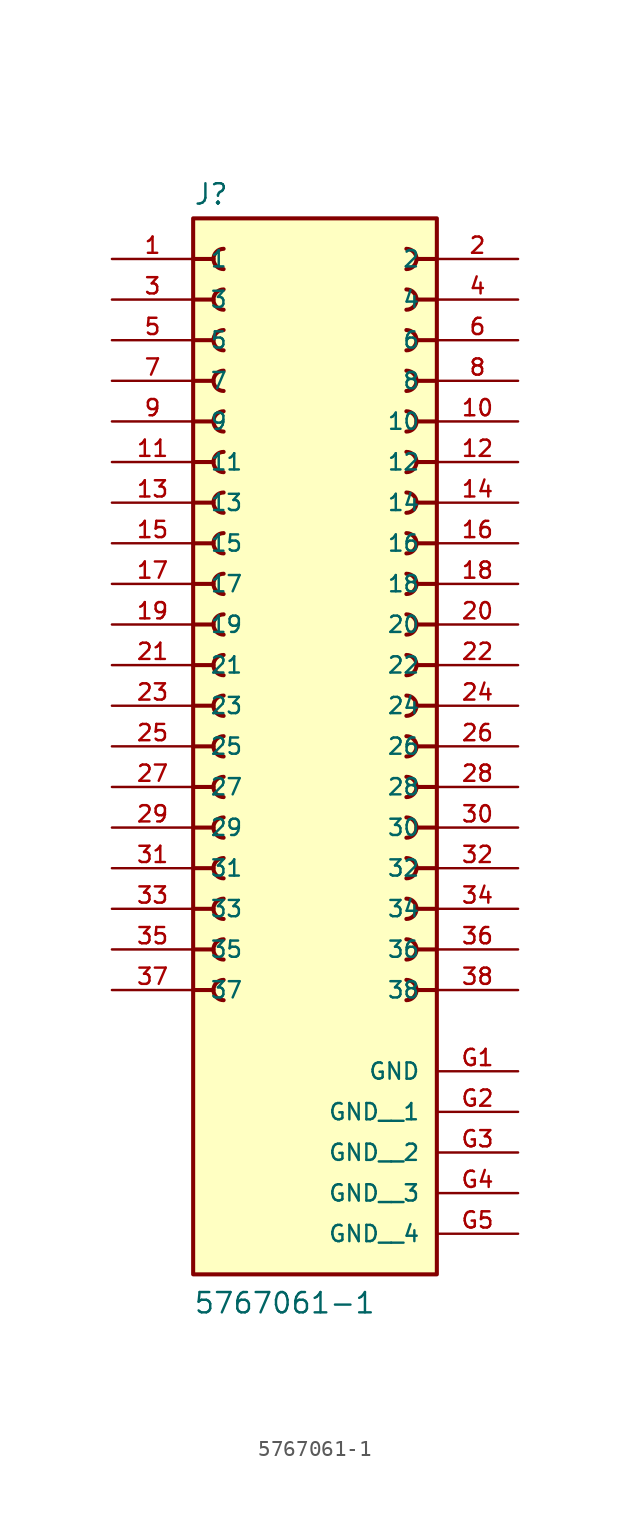
<source format=kicad_sym>
(kicad_symbol_lib
  (version 20241209)
  (generator "kicad_symbol_editor")
  (generator_version "9.0")
  (symbol "5767061-1"
    (pin_names
      (offset 1.016))
    (property "Reference" "J"
      (at -7.62 28.702 0)
      (effects (font (size 1.27 1.27)) (justify left bottom)))
    (property "Value" "5767061-1"
      (at -7.62 -40.64 0)
      (effects (font (size 1.27 1.27)) (justify left bottom)))
    (symbol "5767061-1_0_0"
      (polyline (pts (xy -7.62 25.4) (xy -6.35 25.4)) (stroke (width 0.254) (type default)) (fill (type none)))
      (polyline (pts (xy -7.62 22.86) (xy -6.35 22.86)) (stroke (width 0.254) (type default)) (fill (type none)))
      (polyline (pts (xy -7.62 20.32) (xy -6.35 20.32)) (stroke (width 0.254) (type default)) (fill (type none)))
      (polyline (pts (xy -7.62 17.78) (xy -6.35 17.78)) (stroke (width 0.254) (type default)) (fill (type none)))
      (polyline (pts (xy -7.62 15.24) (xy -6.35 15.24)) (stroke (width 0.254) (type default)) (fill (type none)))
      (polyline (pts (xy -7.62 12.7) (xy -6.35 12.7)) (stroke (width 0.254) (type default)) (fill (type none)))
      (polyline (pts (xy -7.62 10.16) (xy -6.35 10.16)) (stroke (width 0.254) (type default)) (fill (type none)))
      (polyline (pts (xy -7.62 7.62) (xy -6.35 7.62)) (stroke (width 0.254) (type default)) (fill (type none)))
      (polyline (pts (xy -7.62 5.08) (xy -6.35 5.08)) (stroke (width 0.254) (type default)) (fill (type none)))
      (polyline (pts (xy -7.62 2.54) (xy -6.35 2.54)) (stroke (width 0.254) (type default)) (fill (type none)))
      (polyline (pts (xy -7.62 0) (xy -6.35 0)) (stroke (width 0.254) (type default)) (fill (type none)))
      (polyline (pts (xy -7.62 -2.54) (xy -6.35 -2.54)) (stroke (width 0.254) (type default)) (fill (type none)))
      (polyline (pts (xy -7.62 -5.08) (xy -6.35 -5.08)) (stroke (width 0.254) (type default)) (fill (type none)))
      (polyline (pts (xy -7.62 -7.62) (xy -6.35 -7.62)) (stroke (width 0.254) (type default)) (fill (type none)))
      (polyline (pts (xy -7.62 -10.16) (xy -6.35 -10.16)) (stroke (width 0.254) (type default)) (fill (type none)))
      (polyline (pts (xy -7.62 -12.7) (xy -6.35 -12.7)) (stroke (width 0.254) (type default)) (fill (type none)))
      (polyline (pts (xy -7.62 -15.24) (xy -6.35 -15.24)) (stroke (width 0.254) (type default)) (fill (type none)))
      (polyline (pts (xy -7.62 -17.78) (xy -6.35 -17.78)) (stroke (width 0.254) (type default)) (fill (type none)))
      (polyline (pts (xy -7.62 -20.32) (xy -6.35 -20.32)) (stroke (width 0.254) (type default)) (fill (type none)))
      (rectangle (start -7.62 -38.1) (end 7.62 27.94) (stroke (width 0.254) (type default)) (fill (type background)))
      (arc (start -5.715 24.765) (mid -6.3472 25.4) (end -5.715 26.035) (stroke (width 0.254) (type default)) (fill (type none)))
      (arc (start -5.715 22.225) (mid -6.3472 22.86) (end -5.715 23.495) (stroke (width 0.254) (type default)) (fill (type none)))
      (arc (start -5.715 19.685) (mid -6.3472 20.32) (end -5.715 20.955) (stroke (width 0.254) (type default)) (fill (type none)))
      (arc (start -5.715 17.145) (mid -6.3472 17.78) (end -5.715 18.415) (stroke (width 0.254) (type default)) (fill (type none)))
      (arc (start -5.715 14.605) (mid -6.3472 15.24) (end -5.715 15.875) (stroke (width 0.254) (type default)) (fill (type none)))
      (arc (start -5.715 12.065) (mid -6.3472 12.7) (end -5.715 13.335) (stroke (width 0.254) (type default)) (fill (type none)))
      (arc (start -5.715 9.525) (mid -6.3472 10.16) (end -5.715 10.795) (stroke (width 0.254) (type default)) (fill (type none)))
      (arc (start -5.715 6.985) (mid -6.3472 7.62) (end -5.715 8.255) (stroke (width 0.254) (type default)) (fill (type none)))
      (arc (start -5.715 4.445) (mid -6.3472 5.08) (end -5.715 5.715) (stroke (width 0.254) (type default)) (fill (type none)))
      (arc (start -5.715 1.905) (mid -6.3472 2.54) (end -5.715 3.175) (stroke (width 0.254) (type default)) (fill (type none)))
      (arc (start -5.715 -0.635) (mid -6.3472 0) (end -5.715 0.635) (stroke (width 0.254) (type default)) (fill (type none)))
      (arc (start -5.715 -3.175) (mid -6.3472 -2.54) (end -5.715 -1.905) (stroke (width 0.254) (type default)) (fill (type none)))
      (arc (start -5.715 -5.715) (mid -6.3472 -5.08) (end -5.715 -4.445) (stroke (width 0.254) (type default)) (fill (type none)))
      (arc (start -5.715 -8.255) (mid -6.3472 -7.62) (end -5.715 -6.985) (stroke (width 0.254) (type default)) (fill (type none)))
      (arc (start -5.715 -10.795) (mid -6.3472 -10.16) (end -5.715 -9.525) (stroke (width 0.254) (type default)) (fill (type none)))
      (arc (start -5.715 -13.335) (mid -6.3472 -12.7) (end -5.715 -12.065) (stroke (width 0.254) (type default)) (fill (type none)))
      (arc (start -5.715 -15.875) (mid -6.3472 -15.24) (end -5.715 -14.605) (stroke (width 0.254) (type default)) (fill (type none)))
      (arc (start -5.715 -18.415) (mid -6.3472 -17.78) (end -5.715 -17.145) (stroke (width 0.254) (type default)) (fill (type none)))
      (arc (start -5.715 -20.955) (mid -6.3472 -20.32) (end -5.715 -19.685) (stroke (width 0.254) (type default)) (fill (type none)))
      (arc (start 5.715 26.035) (mid 6.3472 25.4) (end 5.715 24.765) (stroke (width 0.254) (type default)) (fill (type none)))
      (arc (start 5.715 23.495) (mid 6.3472 22.86) (end 5.715 22.225) (stroke (width 0.254) (type default)) (fill (type none)))
      (arc (start 5.715 20.955) (mid 6.3472 20.32) (end 5.715 19.685) (stroke (width 0.254) (type default)) (fill (type none)))
      (arc (start 5.715 18.415) (mid 6.3472 17.78) (end 5.715 17.145) (stroke (width 0.254) (type default)) (fill (type none)))
      (arc (start 5.715 15.875) (mid 6.3472 15.24) (end 5.715 14.605) (stroke (width 0.254) (type default)) (fill (type none)))
      (arc (start 5.715 13.335) (mid 6.3472 12.7) (end 5.715 12.065) (stroke (width 0.254) (type default)) (fill (type none)))
      (arc (start 5.715 10.795) (mid 6.3472 10.16) (end 5.715 9.525) (stroke (width 0.254) (type default)) (fill (type none)))
      (arc (start 5.715 8.255) (mid 6.3472 7.62) (end 5.715 6.985) (stroke (width 0.254) (type default)) (fill (type none)))
      (arc (start 5.715 5.715) (mid 6.3472 5.08) (end 5.715 4.445) (stroke (width 0.254) (type default)) (fill (type none)))
      (arc (start 5.715 3.175) (mid 6.3472 2.54) (end 5.715 1.905) (stroke (width 0.254) (type default)) (fill (type none)))
      (arc (start 5.715 0.635) (mid 6.3472 0) (end 5.715 -0.635) (stroke (width 0.254) (type default)) (fill (type none)))
      (arc (start 5.715 -1.905) (mid 6.3472 -2.54) (end 5.715 -3.175) (stroke (width 0.254) (type default)) (fill (type none)))
      (arc (start 5.715 -4.445) (mid 6.3472 -5.08) (end 5.715 -5.715) (stroke (width 0.254) (type default)) (fill (type none)))
      (arc (start 5.715 -6.985) (mid 6.3472 -7.62) (end 5.715 -8.255) (stroke (width 0.254) (type default)) (fill (type none)))
      (arc (start 5.715 -9.525) (mid 6.3472 -10.16) (end 5.715 -10.795) (stroke (width 0.254) (type default)) (fill (type none)))
      (arc (start 5.715 -12.065) (mid 6.3472 -12.7) (end 5.715 -13.335) (stroke (width 0.254) (type default)) (fill (type none)))
      (arc (start 5.715 -14.605) (mid 6.3472 -15.24) (end 5.715 -15.875) (stroke (width 0.254) (type default)) (fill (type none)))
      (arc (start 5.715 -17.145) (mid 6.3472 -17.78) (end 5.715 -18.415) (stroke (width 0.254) (type default)) (fill (type none)))
      (arc (start 5.715 -19.685) (mid 6.3472 -20.32) (end 5.715 -20.955) (stroke (width 0.254) (type default)) (fill (type none)))
      (polyline (pts (xy 7.62 25.4) (xy 6.35 25.4)) (stroke (width 0.254) (type default)) (fill (type none)))
      (polyline (pts (xy 7.62 22.86) (xy 6.35 22.86)) (stroke (width 0.254) (type default)) (fill (type none)))
      (polyline (pts (xy 7.62 20.32) (xy 6.35 20.32)) (stroke (width 0.254) (type default)) (fill (type none)))
      (polyline (pts (xy 7.62 17.78) (xy 6.35 17.78)) (stroke (width 0.254) (type default)) (fill (type none)))
      (polyline (pts (xy 7.62 15.24) (xy 6.35 15.24)) (stroke (width 0.254) (type default)) (fill (type none)))
      (polyline (pts (xy 7.62 12.7) (xy 6.35 12.7)) (stroke (width 0.254) (type default)) (fill (type none)))
      (polyline (pts (xy 7.62 10.16) (xy 6.35 10.16)) (stroke (width 0.254) (type default)) (fill (type none)))
      (polyline (pts (xy 7.62 7.62) (xy 6.35 7.62)) (stroke (width 0.254) (type default)) (fill (type none)))
      (polyline (pts (xy 7.62 5.08) (xy 6.35 5.08)) (stroke (width 0.254) (type default)) (fill (type none)))
      (polyline (pts (xy 7.62 2.54) (xy 6.35 2.54)) (stroke (width 0.254) (type default)) (fill (type none)))
      (polyline (pts (xy 7.62 0) (xy 6.35 0)) (stroke (width 0.254) (type default)) (fill (type none)))
      (polyline (pts (xy 7.62 -2.54) (xy 6.35 -2.54)) (stroke (width 0.254) (type default)) (fill (type none)))
      (polyline (pts (xy 7.62 -5.08) (xy 6.35 -5.08)) (stroke (width 0.254) (type default)) (fill (type none)))
      (polyline (pts (xy 7.62 -7.62) (xy 6.35 -7.62)) (stroke (width 0.254) (type default)) (fill (type none)))
      (polyline (pts (xy 7.62 -10.16) (xy 6.35 -10.16)) (stroke (width 0.254) (type default)) (fill (type none)))
      (polyline (pts (xy 7.62 -12.7) (xy 6.35 -12.7)) (stroke (width 0.254) (type default)) (fill (type none)))
      (polyline (pts (xy 7.62 -15.24) (xy 6.35 -15.24)) (stroke (width 0.254) (type default)) (fill (type none)))
      (polyline (pts (xy 7.62 -17.78) (xy 6.35 -17.78)) (stroke (width 0.254) (type default)) (fill (type none)))
      (polyline (pts (xy 7.62 -20.32) (xy 6.35 -20.32)) (stroke (width 0.254) (type default)) (fill (type none)))
      (pin passive line (at -12.7 25.4 0) (length 5.08) (name "1" (effects (font (size 1.016 1.016)))) (number "1" (effects (font (size 1.016 1.016)))))
      (pin passive line (at -12.7 22.86 0) (length 5.08) (name "3" (effects (font (size 1.016 1.016)))) (number "3" (effects (font (size 1.016 1.016)))))
      (pin passive line (at -12.7 20.32 0) (length 5.08) (name "5" (effects (font (size 1.016 1.016)))) (number "5" (effects (font (size 1.016 1.016)))))
      (pin passive line (at -12.7 17.78 0) (length 5.08) (name "7" (effects (font (size 1.016 1.016)))) (number "7" (effects (font (size 1.016 1.016)))))
      (pin passive line (at -12.7 15.24 0) (length 5.08) (name "9" (effects (font (size 1.016 1.016)))) (number "9" (effects (font (size 1.016 1.016)))))
      (pin passive line (at -12.7 12.7 0) (length 5.08) (name "11" (effects (font (size 1.016 1.016)))) (number "11" (effects (font (size 1.016 1.016)))))
      (pin passive line (at -12.7 10.16 0) (length 5.08) (name "13" (effects (font (size 1.016 1.016)))) (number "13" (effects (font (size 1.016 1.016)))))
      (pin passive line (at -12.7 7.62 0) (length 5.08) (name "15" (effects (font (size 1.016 1.016)))) (number "15" (effects (font (size 1.016 1.016)))))
      (pin passive line (at -12.7 5.08 0) (length 5.08) (name "17" (effects (font (size 1.016 1.016)))) (number "17" (effects (font (size 1.016 1.016)))))
      (pin passive line (at -12.7 2.54 0) (length 5.08) (name "19" (effects (font (size 1.016 1.016)))) (number "19" (effects (font (size 1.016 1.016)))))
      (pin passive line (at -12.7 0 0) (length 5.08) (name "21" (effects (font (size 1.016 1.016)))) (number "21" (effects (font (size 1.016 1.016)))))
      (pin passive line (at -12.7 -2.54 0) (length 5.08) (name "23" (effects (font (size 1.016 1.016)))) (number "23" (effects (font (size 1.016 1.016)))))
      (pin passive line (at -12.7 -5.08 0) (length 5.08) (name "25" (effects (font (size 1.016 1.016)))) (number "25" (effects (font (size 1.016 1.016)))))
      (pin passive line (at -12.7 -7.62 0) (length 5.08) (name "27" (effects (font (size 1.016 1.016)))) (number "27" (effects (font (size 1.016 1.016)))))
      (pin passive line (at -12.7 -10.16 0) (length 5.08) (name "29" (effects (font (size 1.016 1.016)))) (number "29" (effects (font (size 1.016 1.016)))))
      (pin passive line (at -12.7 -12.7 0) (length 5.08) (name "31" (effects (font (size 1.016 1.016)))) (number "31" (effects (font (size 1.016 1.016)))))
      (pin passive line (at -12.7 -15.24 0) (length 5.08) (name "33" (effects (font (size 1.016 1.016)))) (number "33" (effects (font (size 1.016 1.016)))))
      (pin passive line (at -12.7 -17.78 0) (length 5.08) (name "35" (effects (font (size 1.016 1.016)))) (number "35" (effects (font (size 1.016 1.016)))))
      (pin passive line (at -12.7 -20.32 0) (length 5.08) (name "37" (effects (font (size 1.016 1.016)))) (number "37" (effects (font (size 1.016 1.016)))))
      (pin passive line (at 12.7 25.4 180) (length 5.08) (name "2" (effects (font (size 1.016 1.016)))) (number "2" (effects (font (size 1.016 1.016)))))
      (pin passive line (at 12.7 22.86 180) (length 5.08) (name "4" (effects (font (size 1.016 1.016)))) (number "4" (effects (font (size 1.016 1.016)))))
      (pin passive line (at 12.7 20.32 180) (length 5.08) (name "6" (effects (font (size 1.016 1.016)))) (number "6" (effects (font (size 1.016 1.016)))))
      (pin passive line (at 12.7 17.78 180) (length 5.08) (name "8" (effects (font (size 1.016 1.016)))) (number "8" (effects (font (size 1.016 1.016)))))
      (pin passive line (at 12.7 15.24 180) (length 5.08) (name "10" (effects (font (size 1.016 1.016)))) (number "10" (effects (font (size 1.016 1.016)))))
      (pin passive line (at 12.7 12.7 180) (length 5.08) (name "12" (effects (font (size 1.016 1.016)))) (number "12" (effects (font (size 1.016 1.016)))))
      (pin passive line (at 12.7 10.16 180) (length 5.08) (name "14" (effects (font (size 1.016 1.016)))) (number "14" (effects (font (size 1.016 1.016)))))
      (pin passive line (at 12.7 7.62 180) (length 5.08) (name "16" (effects (font (size 1.016 1.016)))) (number "16" (effects (font (size 1.016 1.016)))))
      (pin passive line (at 12.7 5.08 180) (length 5.08) (name "18" (effects (font (size 1.016 1.016)))) (number "18" (effects (font (size 1.016 1.016)))))
      (pin passive line (at 12.7 2.54 180) (length 5.08) (name "20" (effects (font (size 1.016 1.016)))) (number "20" (effects (font (size 1.016 1.016)))))
      (pin passive line (at 12.7 0 180) (length 5.08) (name "22" (effects (font (size 1.016 1.016)))) (number "22" (effects (font (size 1.016 1.016)))))
      (pin passive line (at 12.7 -2.54 180) (length 5.08) (name "24" (effects (font (size 1.016 1.016)))) (number "24" (effects (font (size 1.016 1.016)))))
      (pin passive line (at 12.7 -5.08 180) (length 5.08) (name "26" (effects (font (size 1.016 1.016)))) (number "26" (effects (font (size 1.016 1.016)))))
      (pin passive line (at 12.7 -7.62 180) (length 5.08) (name "28" (effects (font (size 1.016 1.016)))) (number "28" (effects (font (size 1.016 1.016)))))
      (pin passive line (at 12.7 -10.16 180) (length 5.08) (name "30" (effects (font (size 1.016 1.016)))) (number "30" (effects (font (size 1.016 1.016)))))
      (pin passive line (at 12.7 -12.7 180) (length 5.08) (name "32" (effects (font (size 1.016 1.016)))) (number "32" (effects (font (size 1.016 1.016)))))
      (pin passive line (at 12.7 -15.24 180) (length 5.08) (name "34" (effects (font (size 1.016 1.016)))) (number "34" (effects (font (size 1.016 1.016)))))
      (pin passive line (at 12.7 -17.78 180) (length 5.08) (name "36" (effects (font (size 1.016 1.016)))) (number "36" (effects (font (size 1.016 1.016)))))
      (pin passive line (at 12.7 -20.32 180) (length 5.08) (name "38" (effects (font (size 1.016 1.016)))) (number "38" (effects (font (size 1.016 1.016)))))
      (pin power_in line (at 12.7 -25.4 180) (length 5.08) (name "GND" (effects (font (size 1.016 1.016)))) (number "G1" (effects (font (size 1.016 1.016)))))
      (pin power_in line (at 12.7 -27.94 180) (length 5.08) (name "GND__1" (effects (font (size 1.016 1.016)))) (number "G2" (effects (font (size 1.016 1.016)))))
      (pin power_in line (at 12.7 -30.48 180) (length 5.08) (name "GND__2" (effects (font (size 1.016 1.016)))) (number "G3" (effects (font (size 1.016 1.016)))))
      (pin power_in line (at 12.7 -33.02 180) (length 5.08) (name "GND__3" (effects (font (size 1.016 1.016)))) (number "G4" (effects (font (size 1.016 1.016)))))
      (pin power_in line (at 12.7 -35.56 180) (length 5.08) (name "GND__4" (effects (font (size 1.016 1.016)))) (number "G5" (effects (font (size 1.016 1.016))))))))
</source>
